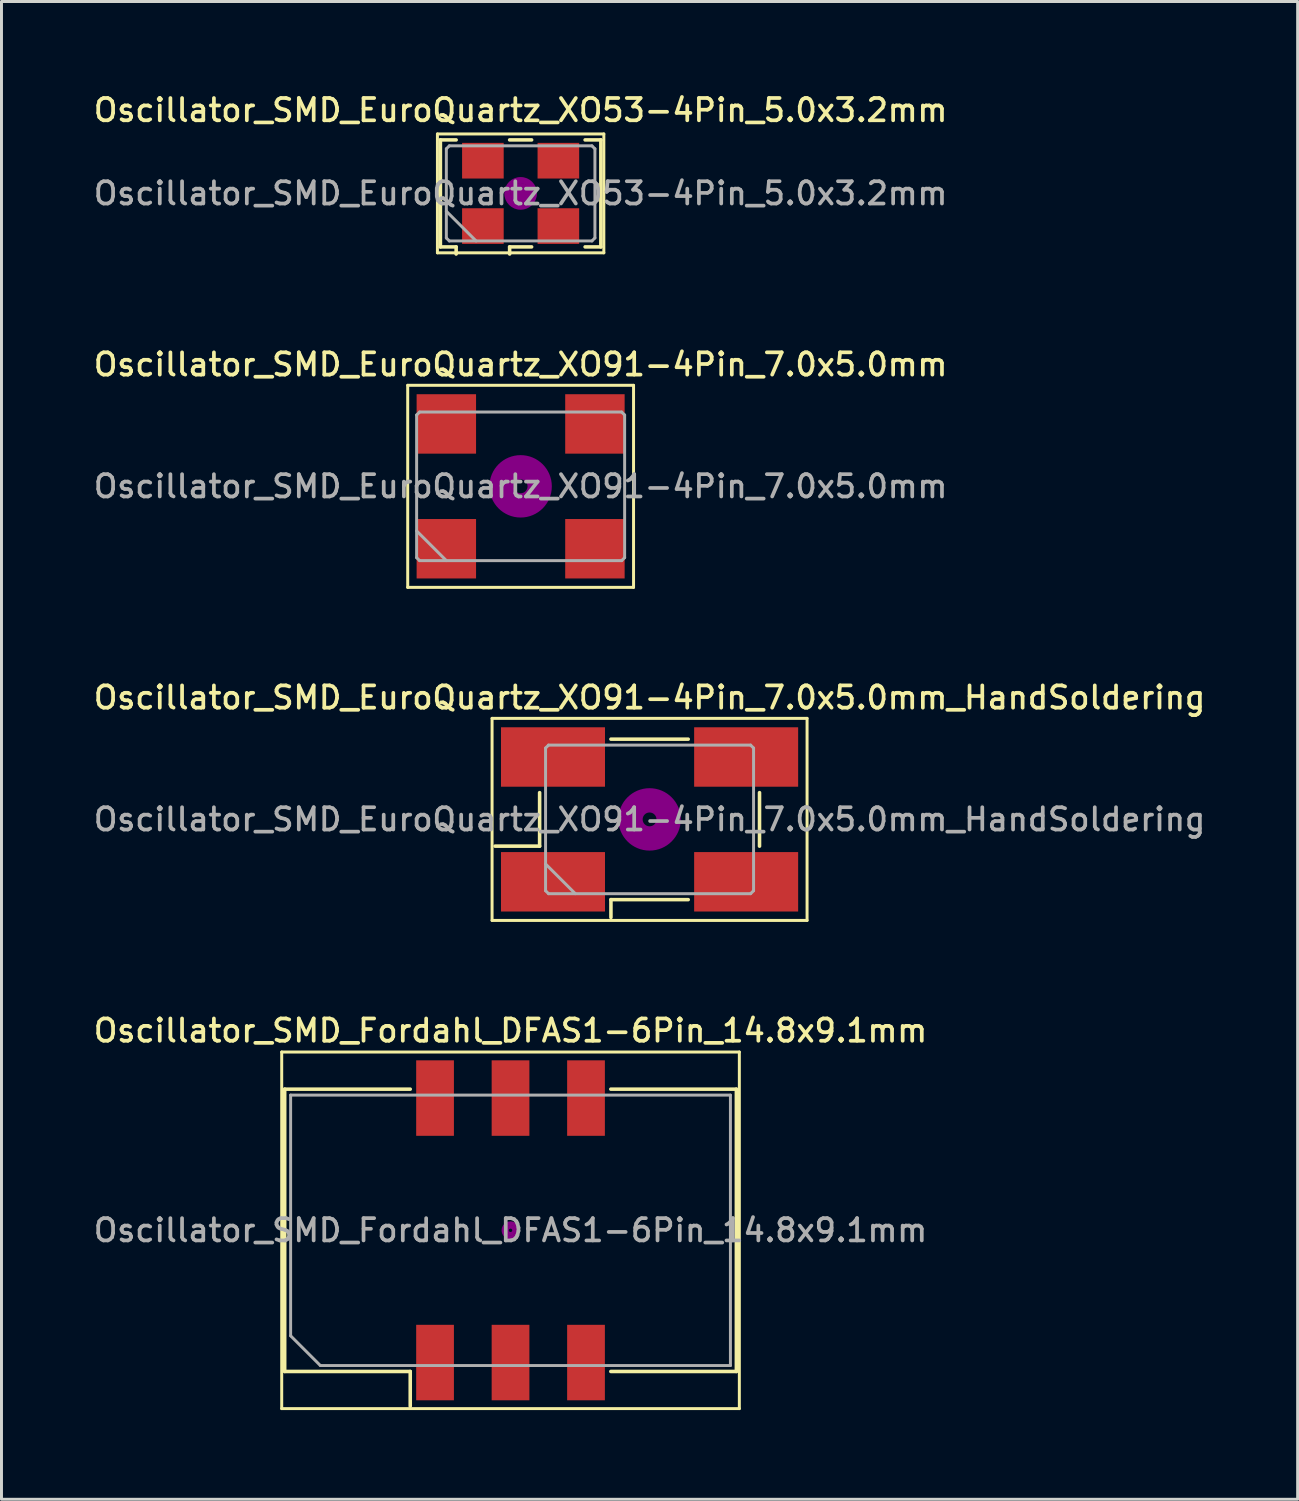
<source format=kicad_pcb>
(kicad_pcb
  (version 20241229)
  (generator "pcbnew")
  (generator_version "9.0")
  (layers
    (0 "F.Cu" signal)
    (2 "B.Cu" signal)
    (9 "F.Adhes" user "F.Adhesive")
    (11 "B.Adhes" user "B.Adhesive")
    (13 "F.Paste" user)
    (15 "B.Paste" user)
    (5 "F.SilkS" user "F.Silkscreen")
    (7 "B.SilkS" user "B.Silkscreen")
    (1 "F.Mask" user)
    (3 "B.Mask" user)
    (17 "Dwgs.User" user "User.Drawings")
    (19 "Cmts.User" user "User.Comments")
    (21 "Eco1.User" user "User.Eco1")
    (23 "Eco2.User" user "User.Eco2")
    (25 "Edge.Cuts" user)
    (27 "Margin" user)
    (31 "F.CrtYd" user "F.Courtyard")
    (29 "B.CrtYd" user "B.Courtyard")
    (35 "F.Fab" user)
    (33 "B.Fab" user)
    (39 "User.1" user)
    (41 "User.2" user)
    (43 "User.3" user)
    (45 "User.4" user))
  (footprint "Oscillator_SMD_EuroQuartz_XO53-4Pin_5.0x3.2mm"
    (layer "F.Cu")
    (at 14.47 3.458)
    (property "Reference" "Oscillator_SMD_EuroQuartz_XO53-4Pin_5.0x3.2mm" (at 0 -2.8 0) (layer "F.SilkS") (effects (font (size 0.75 0.75) (thickness 0.125))))
    (attr smd)
    (fp_line (start -2.8 -2) (end -2.8 2) (stroke (width 0.1) (type solid)) (layer "F.SilkS"))
    (fp_line (start -2.8 2) (end 2.8 2) (stroke (width 0.1) (type solid)) (layer "F.SilkS"))
    (fp_line (start -2.7 -1.8) (end -2.17 -1.8) (stroke (width 0.12) (type solid)) (layer "F.SilkS"))
    (fp_line (start -2.7 1.8) (end -2.7 -1.8) (stroke (width 0.12) (type solid)) (layer "F.SilkS"))
    (fp_line (start -2.17 1.8) (end -2.7 1.8) (stroke (width 0.12) (type solid)) (layer "F.SilkS"))
    (fp_line (start -2.17 2.04) (end -2.17 1.8) (stroke (width 0.12) (type solid)) (layer "F.SilkS"))
    (fp_line (start -0.37 -1.8) (end 0.37 -1.8) (stroke (width 0.12) (type solid)) (layer "F.SilkS"))
    (fp_line (start -0.37 1.8) (end -0.37 2.04) (stroke (width 0.12) (type solid)) (layer "F.SilkS"))
    (fp_line (start 0.37 1.8) (end -0.37 1.8) (stroke (width 0.12) (type solid)) (layer "F.SilkS"))
    (fp_line (start 2.17 -1.8) (end 2.7 -1.8) (stroke (width 0.12) (type solid)) (layer "F.SilkS"))
    (fp_line (start 2.7 -1.8) (end 2.7 1.8) (stroke (width 0.12) (type solid)) (layer "F.SilkS"))
    (fp_line (start 2.7 1.8) (end 2.17 1.8) (stroke (width 0.12) (type solid)) (layer "F.SilkS"))
    (fp_line (start 2.8 -2) (end -2.8 -2) (stroke (width 0.1) (type solid)) (layer "F.SilkS"))
    (fp_line (start 2.8 2) (end 2.8 -2) (stroke (width 0.1) (type solid)) (layer "F.SilkS"))
    (fp_circle (center 0 0) (end 0.117 0) (stroke (width 0.233) (type solid)) (fill no) (layer "F.Adhes"))
    (fp_circle (center 0 0) (end 0.267 0) (stroke (width 0.167) (type solid)) (fill no) (layer "F.Adhes"))
    (fp_circle (center 0 0) (end 0.417 0) (stroke (width 0.167) (type solid)) (fill no) (layer "F.Adhes"))
    (fp_circle (center 0 0) (end 0.5 0) (stroke (width 0.1) (type solid)) (fill no) (layer "F.Adhes"))
    (fp_line (start -2.5 -1.5) (end -2.4 -1.6) (stroke (width 0.1) (type solid)) (layer "F.Fab"))
    (fp_line (start -2.5 0.6) (end -1.5 1.6) (stroke (width 0.1) (type solid)) (layer "F.Fab"))
    (fp_line (start -2.5 1.5) (end -2.5 -1.5) (stroke (width 0.1) (type solid)) (layer "F.Fab"))
    (fp_line (start -2.4 -1.6) (end 2.4 -1.6) (stroke (width 0.1) (type solid)) (layer "F.Fab"))
    (fp_line (start -2.4 1.6) (end -2.5 1.5) (stroke (width 0.1) (type solid)) (layer "F.Fab"))
    (fp_line (start 2.4 -1.6) (end 2.5 -1.5) (stroke (width 0.1) (type solid)) (layer "F.Fab"))
    (fp_line (start 2.4 1.6) (end -2.4 1.6) (stroke (width 0.1) (type solid)) (layer "F.Fab"))
    (fp_line (start 2.5 -1.5) (end 2.5 1.5) (stroke (width 0.1) (type solid)) (layer "F.Fab"))
    (fp_line (start 2.5 1.5) (end 2.4 1.6) (stroke (width 0.1) (type solid)) (layer "F.Fab"))
    (fp_text user "${REFERENCE}" (at 0 0 0) (layer "F.Fab") (effects (font (size 0.75 0.75) (thickness 0.125))))
    (pad "1" smd rect (at -1.27 1.1) (size 1.4 1.2) (layers "F.Cu" "F.Mask" "F.Paste"))
    (pad "2" smd rect (at 1.27 1.1) (size 1.4 1.2) (layers "F.Cu" "F.Mask" "F.Paste"))
    (pad "3" smd rect (at 1.27 -1.1) (size 1.4 1.2) (layers "F.Cu" "F.Mask" "F.Paste"))
    (pad "4" smd rect (at -1.27 -1.1) (size 1.4 1.2) (layers "F.Cu" "F.Mask" "F.Paste")))
  (footprint "Oscillator_SMD_Fordahl_DFAS1-6Pin_14.8x9.1mm"
    (layer "F.Cu")
    (at 14.13 38.352)
    (property "Reference" "Oscillator_SMD_Fordahl_DFAS1-6Pin_14.8x9.1mm" (at 0 -6.72 0) (layer "F.SilkS") (effects (font (size 0.75 0.75) (thickness 0.125))))
    (attr smd)
    (fp_line (start -7.7 -6) (end -7.7 6) (stroke (width 0.1) (type solid)) (layer "F.SilkS"))
    (fp_line (start -7.7 6) (end 7.7 6) (stroke (width 0.1) (type solid)) (layer "F.SilkS"))
    (fp_line (start -7.6 -4.75) (end -3.375 -4.75) (stroke (width 0.12) (type solid)) (layer "F.SilkS"))
    (fp_line (start -7.6 4.75) (end -7.6 -4.75) (stroke (width 0.12) (type solid)) (layer "F.SilkS"))
    (fp_line (start -3.375 4.75) (end -7.6 4.75) (stroke (width 0.12) (type solid)) (layer "F.SilkS"))
    (fp_line (start -3.375 5.92) (end -3.375 4.75) (stroke (width 0.12) (type solid)) (layer "F.SilkS"))
    (fp_line (start 3.375 -4.75) (end 7.6 -4.75) (stroke (width 0.12) (type solid)) (layer "F.SilkS"))
    (fp_line (start 7.6 -4.75) (end 7.6 4.75) (stroke (width 0.12) (type solid)) (layer "F.SilkS"))
    (fp_line (start 7.6 4.75) (end 3.375 4.75) (stroke (width 0.12) (type solid)) (layer "F.SilkS"))
    (fp_line (start 7.7 -6) (end -7.7 -6) (stroke (width 0.1) (type solid)) (layer "F.SilkS"))
    (fp_line (start 7.7 6) (end 7.7 -6) (stroke (width 0.1) (type solid)) (layer "F.SilkS"))
    (fp_circle (center 0 0) (end 0.058 0) (stroke (width 0.117) (type solid)) (fill no) (layer "F.Adhes"))
    (fp_circle (center 0 0) (end 0.133 0) (stroke (width 0.083) (type solid)) (fill no) (layer "F.Adhes"))
    (fp_circle (center 0 0) (end 0.208 0) (stroke (width 0.083) (type solid)) (fill no) (layer "F.Adhes"))
    (fp_circle (center 0 0) (end 0.25 0) (stroke (width 0.1) (type solid)) (fill no) (layer "F.Adhes"))
    (fp_line (start -7.4 -4.55) (end 7.4 -4.55) (stroke (width 0.1) (type solid)) (layer "F.Fab"))
    (fp_line (start -7.4 3.55) (end -7.4 -4.55) (stroke (width 0.1) (type solid)) (layer "F.Fab"))
    (fp_line (start -6.4 4.55) (end -7.4 3.55) (stroke (width 0.1) (type solid)) (layer "F.Fab"))
    (fp_line (start 7.4 -4.55) (end 7.4 4.55) (stroke (width 0.1) (type solid)) (layer "F.Fab"))
    (fp_line (start 7.4 4.55) (end -6.4 4.55) (stroke (width 0.1) (type solid)) (layer "F.Fab"))
    (fp_text user "${REFERENCE}" (at 0 0 0) (layer "F.Fab") (effects (font (size 0.75 0.75) (thickness 0.125))))
    (pad "1" smd rect (at -2.54 4.45) (size 1.27 2.54) (layers "F.Cu" "F.Mask" "F.Paste"))
    (pad "2" smd rect (at 0 4.45) (size 1.27 2.54) (layers "F.Cu" "F.Mask" "F.Paste"))
    (pad "3" smd rect (at 2.54 4.45) (size 1.27 2.54) (layers "F.Cu" "F.Mask" "F.Paste"))
    (pad "4" smd rect (at 2.54 -4.45) (size 1.27 2.54) (layers "F.Cu" "F.Mask" "F.Paste"))
    (pad "5" smd rect (at 0 -4.45) (size 1.27 2.54) (layers "F.Cu" "F.Mask" "F.Paste"))
    (pad "6" smd rect (at -2.54 -4.45) (size 1.27 2.54) (layers "F.Cu" "F.Mask" "F.Paste")))
  (footprint "Oscillator_SMD_EuroQuartz_XO91-4Pin_7.0x5.0mm"
    (layer "F.Cu")
    (at 14.47 13.316)
    (property "Reference" "Oscillator_SMD_EuroQuartz_XO91-4Pin_7.0x5.0mm" (at 0 -4.1 0) (layer "F.SilkS") (effects (font (size 0.75 0.75) (thickness 0.125))))
    (attr smd)
    (fp_line (start -3.8 -3.4) (end -3.8 3.4) (stroke (width 0.1) (type solid)) (layer "F.SilkS"))
    (fp_line (start -3.8 3.4) (end 3.8 3.4) (stroke (width 0.1) (type solid)) (layer "F.SilkS"))
    (fp_line (start 3.8 -3.4) (end -3.8 -3.4) (stroke (width 0.1) (type solid)) (layer "F.SilkS"))
    (fp_line (start 3.8 3.4) (end 3.8 -3.4) (stroke (width 0.1) (type solid)) (layer "F.SilkS"))
    (fp_circle (center 0 0) (end 0.233 0) (stroke (width 0.467) (type solid)) (fill no) (layer "F.Adhes"))
    (fp_circle (center 0 0) (end 0.533 0) (stroke (width 0.333) (type solid)) (fill no) (layer "F.Adhes"))
    (fp_circle (center 0 0) (end 0.833 0) (stroke (width 0.333) (type solid)) (fill no) (layer "F.Adhes"))
    (fp_circle (center 0 0) (end 1 0) (stroke (width 0.1) (type solid)) (fill no) (layer "F.Adhes"))
    (fp_line (start -3.5 -2.4) (end -3.4 -2.5) (stroke (width 0.1) (type solid)) (layer "F.Fab"))
    (fp_line (start -3.5 1.5) (end -2.5 2.5) (stroke (width 0.1) (type solid)) (layer "F.Fab"))
    (fp_line (start -3.5 2.4) (end -3.5 -2.4) (stroke (width 0.1) (type solid)) (layer "F.Fab"))
    (fp_line (start -3.4 -2.5) (end 3.4 -2.5) (stroke (width 0.1) (type solid)) (layer "F.Fab"))
    (fp_line (start -3.4 2.5) (end -3.5 2.4) (stroke (width 0.1) (type solid)) (layer "F.Fab"))
    (fp_line (start 3.4 -2.5) (end 3.5 -2.4) (stroke (width 0.1) (type solid)) (layer "F.Fab"))
    (fp_line (start 3.4 2.5) (end -3.4 2.5) (stroke (width 0.1) (type solid)) (layer "F.Fab"))
    (fp_line (start 3.5 -2.4) (end 3.5 2.4) (stroke (width 0.1) (type solid)) (layer "F.Fab"))
    (fp_line (start 3.5 2.4) (end 3.4 2.5) (stroke (width 0.1) (type solid)) (layer "F.Fab"))
    (fp_text user "${REFERENCE}" (at 0 0 0) (layer "F.Fab") (effects (font (size 0.75 0.75) (thickness 0.125))))
    (pad "1" smd rect (at -2.5 2.1) (size 2 2) (layers "F.Cu" "F.Mask" "F.Paste"))
    (pad "2" smd rect (at 2.5 2.1) (size 2 2) (layers "F.Cu" "F.Mask" "F.Paste"))
    (pad "3" smd rect (at 2.5 -2.1) (size 2 2) (layers "F.Cu" "F.Mask" "F.Paste"))
    (pad "4" smd rect (at -2.5 -2.1) (size 2 2) (layers "F.Cu" "F.Mask" "F.Paste")))
  (footprint "Oscillator_SMD_EuroQuartz_XO91-4Pin_7.0x5.0mm_HandSoldering"
    (layer "F.Cu")
    (at 18.809 24.524)
    (property "Reference" "Oscillator_SMD_EuroQuartz_XO91-4Pin_7.0x5.0mm_HandSoldering" (at 0 -4.1 0) (layer "F.SilkS") (effects (font (size 0.75 0.75) (thickness 0.125))))
    (attr smd)
    (fp_line (start -5.3 -3.4) (end -5.3 3.4) (stroke (width 0.1) (type solid)) (layer "F.SilkS"))
    (fp_line (start -5.3 3.4) (end 5.3 3.4) (stroke (width 0.1) (type solid)) (layer "F.SilkS"))
    (fp_line (start -5.2 0.9) (end -3.7 0.9) (stroke (width 0.12) (type solid)) (layer "F.SilkS"))
    (fp_line (start -3.7 0.9) (end -3.7 -0.9) (stroke (width 0.12) (type solid)) (layer "F.SilkS"))
    (fp_line (start -1.3 -2.7) (end 1.3 -2.7) (stroke (width 0.12) (type solid)) (layer "F.SilkS"))
    (fp_line (start -1.3 2.7) (end -1.3 3.3) (stroke (width 0.12) (type solid)) (layer "F.SilkS"))
    (fp_line (start 1.3 2.7) (end -1.3 2.7) (stroke (width 0.12) (type solid)) (layer "F.SilkS"))
    (fp_line (start 3.7 -0.9) (end 3.7 0.9) (stroke (width 0.12) (type solid)) (layer "F.SilkS"))
    (fp_line (start 5.3 -3.4) (end -5.3 -3.4) (stroke (width 0.1) (type solid)) (layer "F.SilkS"))
    (fp_line (start 5.3 3.4) (end 5.3 -3.4) (stroke (width 0.1) (type solid)) (layer "F.SilkS"))
    (fp_circle (center 0 0) (end 0.233 0) (stroke (width 0.467) (type solid)) (fill no) (layer "F.Adhes"))
    (fp_circle (center 0 0) (end 0.533 0) (stroke (width 0.333) (type solid)) (fill no) (layer "F.Adhes"))
    (fp_circle (center 0 0) (end 0.833 0) (stroke (width 0.333) (type solid)) (fill no) (layer "F.Adhes"))
    (fp_circle (center 0 0) (end 1 0) (stroke (width 0.1) (type solid)) (fill no) (layer "F.Adhes"))
    (fp_line (start -3.5 -2.4) (end -3.4 -2.5) (stroke (width 0.1) (type solid)) (layer "F.Fab"))
    (fp_line (start -3.5 1.5) (end -2.5 2.5) (stroke (width 0.1) (type solid)) (layer "F.Fab"))
    (fp_line (start -3.5 2.4) (end -3.5 -2.4) (stroke (width 0.1) (type solid)) (layer "F.Fab"))
    (fp_line (start -3.4 -2.5) (end 3.4 -2.5) (stroke (width 0.1) (type solid)) (layer "F.Fab"))
    (fp_line (start -3.4 2.5) (end -3.5 2.4) (stroke (width 0.1) (type solid)) (layer "F.Fab"))
    (fp_line (start 3.4 -2.5) (end 3.5 -2.4) (stroke (width 0.1) (type solid)) (layer "F.Fab"))
    (fp_line (start 3.4 2.5) (end -3.4 2.5) (stroke (width 0.1) (type solid)) (layer "F.Fab"))
    (fp_line (start 3.5 -2.4) (end 3.5 2.4) (stroke (width 0.1) (type solid)) (layer "F.Fab"))
    (fp_line (start 3.5 2.4) (end 3.4 2.5) (stroke (width 0.1) (type solid)) (layer "F.Fab"))
    (fp_text user "${REFERENCE}" (at 0 0 0) (layer "F.Fab") (effects (font (size 0.75 0.75) (thickness 0.125))))
    (pad "1" smd rect (at -3.25 2.1) (size 3.5 2) (layers "F.Cu" "F.Mask" "F.Paste"))
    (pad "2" smd rect (at 3.25 2.1) (size 3.5 2) (layers "F.Cu" "F.Mask" "F.Paste"))
    (pad "3" smd rect (at 3.25 -2.1) (size 3.5 2) (layers "F.Cu" "F.Mask" "F.Paste"))
    (pad "4" smd rect (at -3.25 -2.1) (size 3.5 2) (layers "F.Cu" "F.Mask" "F.Paste")))
  (gr_rect
    (start -3 -3)
    (end 40.618 47.403)
    (stroke (width 0.1) (type default))
    (fill no)
    (layer "Edge.Cuts")))
</source>
